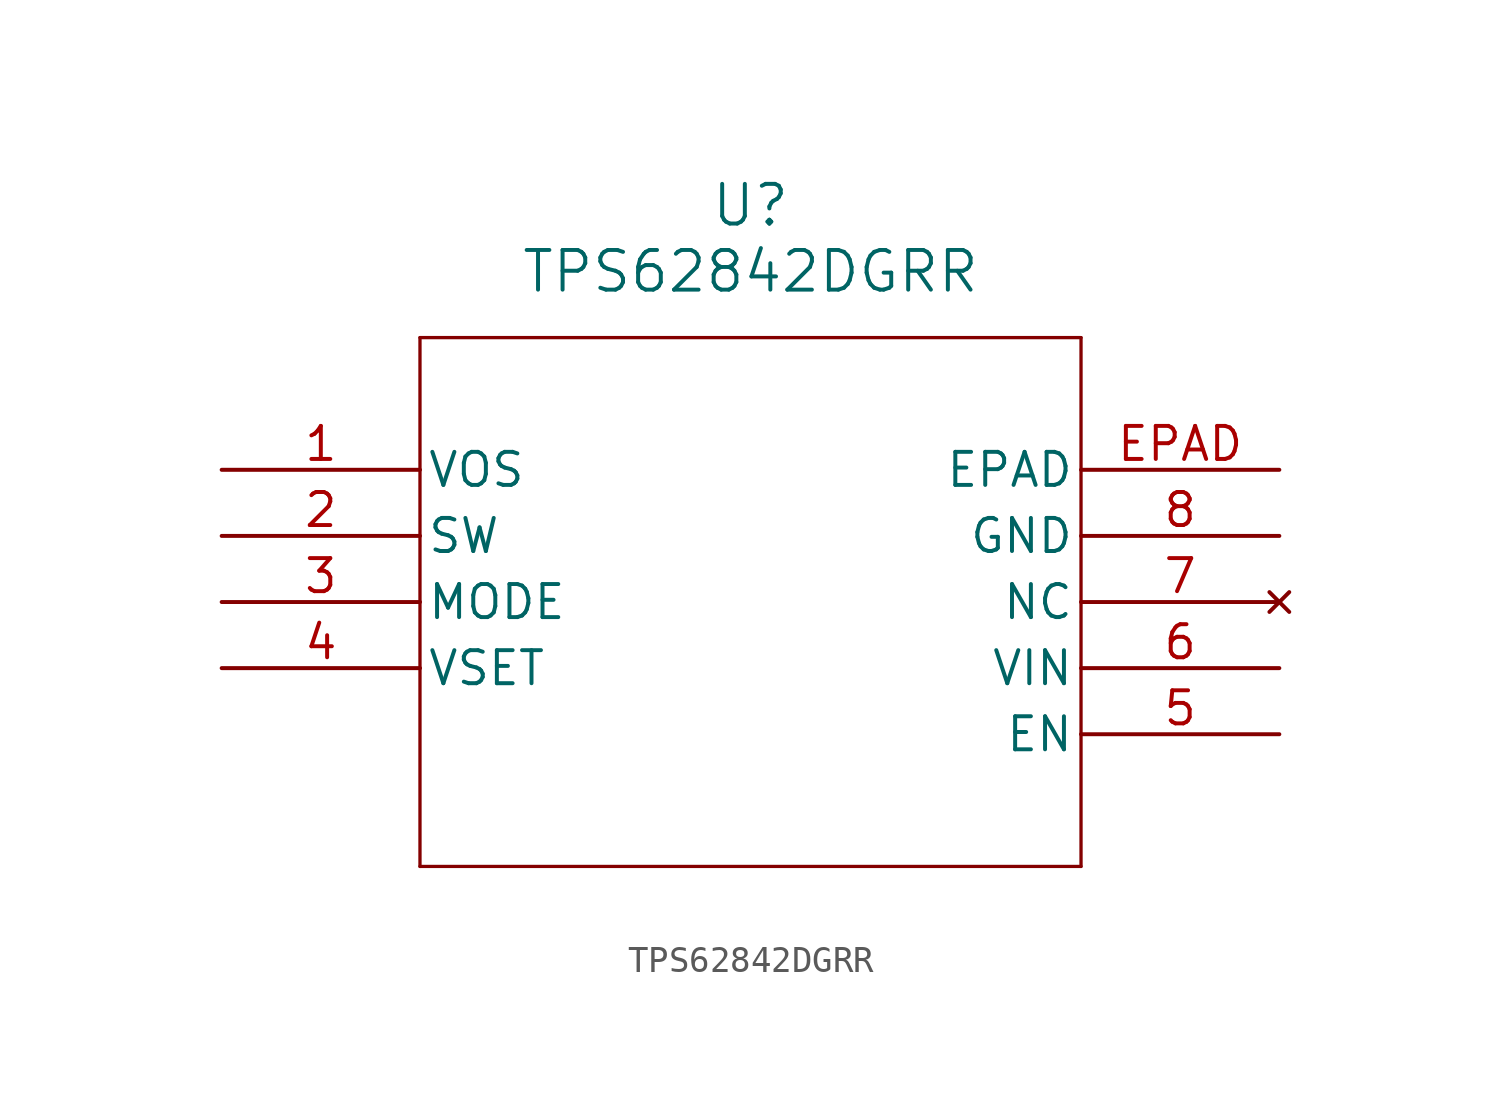
<source format=kicad_sym>
(kicad_symbol_lib
  (version 20211014)
  (generator kicad_symbol_editor)
  (symbol "TPS62842DGRR"
    (pin_names
      (offset 0.254))
    (property "Reference" "U"
      (at 20.32 10.16 0)
      (effects (font (size 1.524 1.524))))
    (property "Value" "TPS62842DGRR"
      (at 20.32 7.62 0)
      (effects (font (size 1.524 1.524))))
    (symbol "TPS62842DGRR_0_1"
      (polyline (pts (xy 7.62 5.08) (xy 7.62 -15.24)) (stroke (width 0.127) (type default) (color 0 0 0 0)) (fill (type none)))
      (polyline (pts (xy 7.62 -15.24) (xy 33.02 -15.24)) (stroke (width 0.127) (type default) (color 0 0 0 0)) (fill (type none)))
      (polyline (pts (xy 33.02 -15.24) (xy 33.02 5.08)) (stroke (width 0.127) (type default) (color 0 0 0 0)) (fill (type none)))
      (polyline (pts (xy 33.02 5.08) (xy 7.62 5.08)) (stroke (width 0.127) (type default) (color 0 0 0 0)) (fill (type none)))
      (pin unspecified line (at 0 0 0) (length 7.62) (name "VOS" (effects (font (size 1.27 1.27)))) (number "1" (effects (font (size 1.27 1.27)))))
      (pin unspecified line (at 0 -2.54 0) (length 7.62) (name "SW" (effects (font (size 1.27 1.27)))) (number "2" (effects (font (size 1.27 1.27)))))
      (pin unspecified line (at 0 -5.08 0) (length 7.62) (name "MODE" (effects (font (size 1.27 1.27)))) (number "3" (effects (font (size 1.27 1.27)))))
      (pin unspecified line (at 0 -7.62 0) (length 7.62) (name "VSET" (effects (font (size 1.27 1.27)))) (number "4" (effects (font (size 1.27 1.27)))))
      (pin unspecified line (at 40.64 -10.16 180) (length 7.62) (name "EN" (effects (font (size 1.27 1.27)))) (number "5" (effects (font (size 1.27 1.27)))))
      (pin unspecified line (at 40.64 -7.62 180) (length 7.62) (name "VIN" (effects (font (size 1.27 1.27)))) (number "6" (effects (font (size 1.27 1.27)))))
      (pin no_connect line (at 40.64 -5.08 180) (length 7.62) (name "NC" (effects (font (size 1.27 1.27)))) (number "7" (effects (font (size 1.27 1.27)))))
      (pin power_out line (at 40.64 -2.54 180) (length 7.62) (name "GND" (effects (font (size 1.27 1.27)))) (number "8" (effects (font (size 1.27 1.27)))))
      (pin unspecified line (at 40.64 0 180) (length 7.62) (name "EPAD" (effects (font (size 1.27 1.27)))) (number "EPAD" (effects (font (size 1.27 1.27))))))))
</source>
